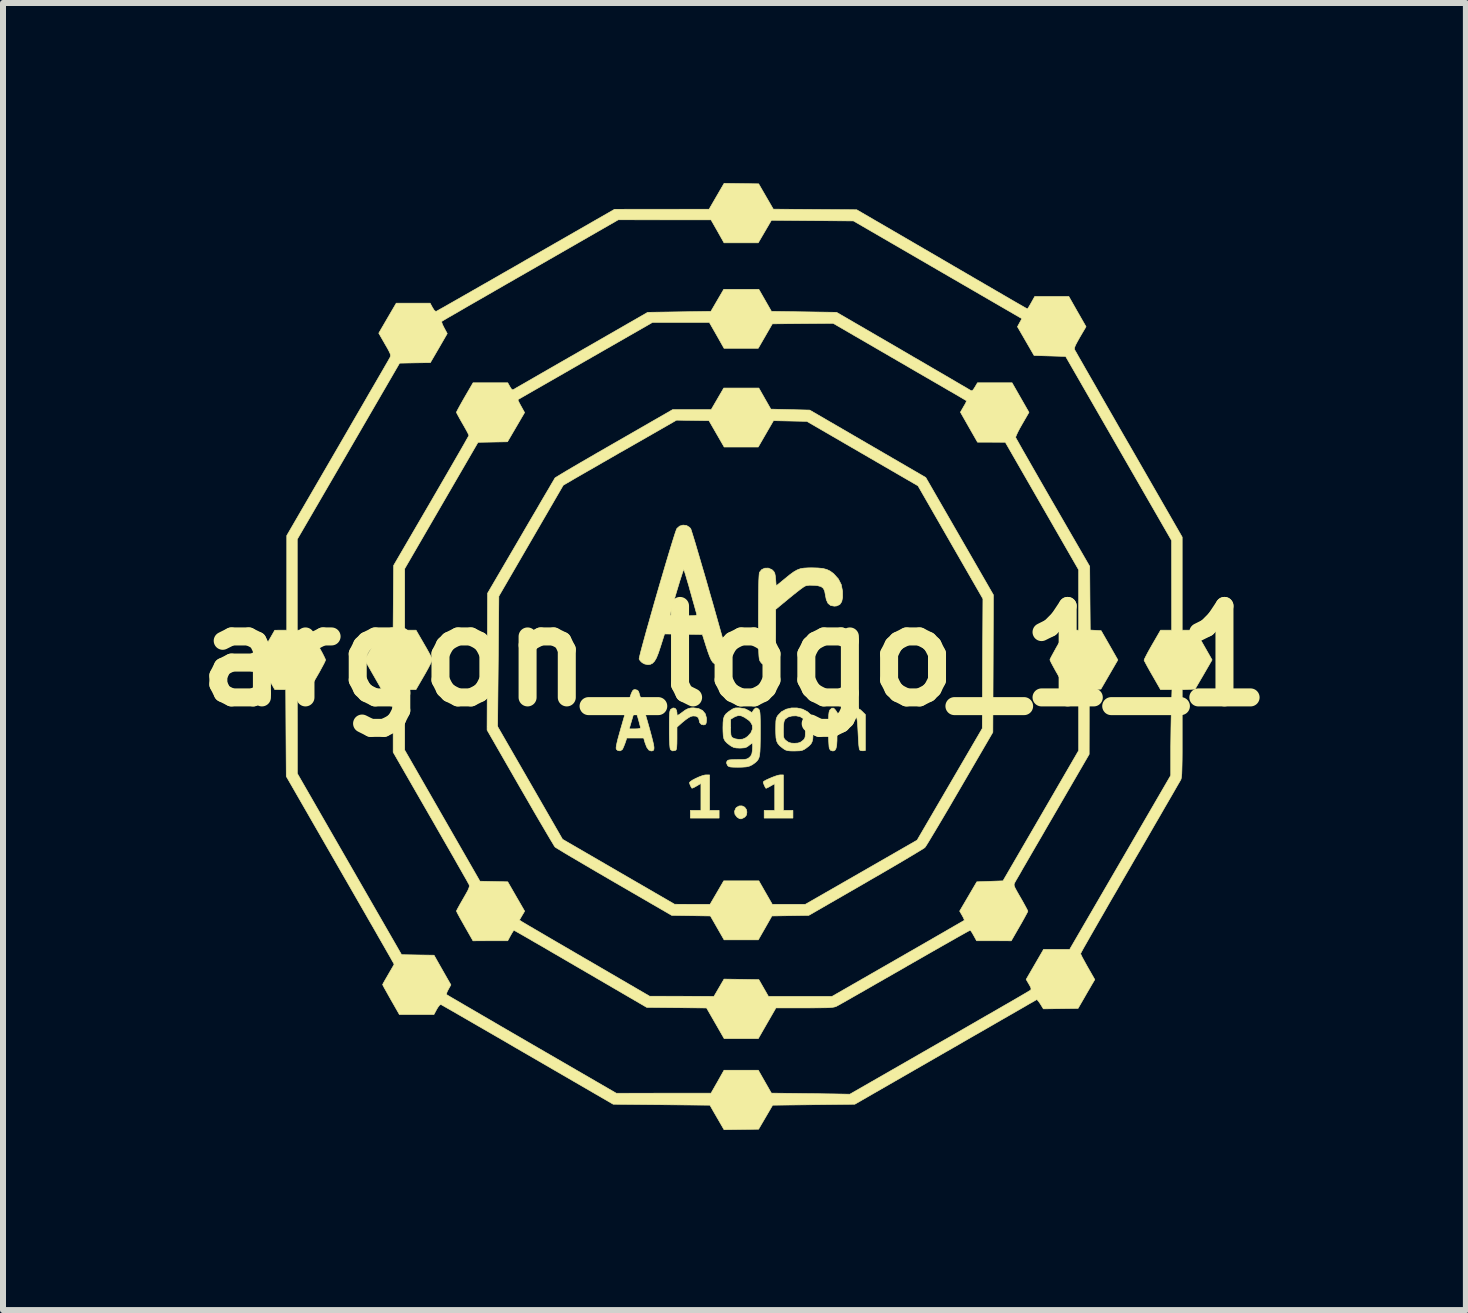
<source format=kicad_pcb>
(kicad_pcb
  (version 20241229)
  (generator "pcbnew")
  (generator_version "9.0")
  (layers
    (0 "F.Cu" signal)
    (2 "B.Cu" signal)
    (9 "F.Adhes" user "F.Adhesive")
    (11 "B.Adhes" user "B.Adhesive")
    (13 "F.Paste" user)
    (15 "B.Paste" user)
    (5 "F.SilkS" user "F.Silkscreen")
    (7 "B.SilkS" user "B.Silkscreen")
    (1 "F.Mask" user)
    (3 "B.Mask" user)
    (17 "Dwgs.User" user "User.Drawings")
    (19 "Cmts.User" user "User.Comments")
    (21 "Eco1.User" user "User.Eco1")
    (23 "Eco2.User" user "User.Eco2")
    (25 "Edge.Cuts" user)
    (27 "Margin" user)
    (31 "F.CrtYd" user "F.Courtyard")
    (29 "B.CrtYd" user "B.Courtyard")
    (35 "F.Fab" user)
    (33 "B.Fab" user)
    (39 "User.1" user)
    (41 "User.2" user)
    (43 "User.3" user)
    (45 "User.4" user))
  (footprint "argon_logo_1_1"
    (layer "F.Cu")
    (at 9.188 7.881)
    (property "Reference" "argon_logo_1_1" (at 0 0 0) (layer "F.SilkS") (effects (font (size 1.524 1.524) (thickness 0.3))))
    (attr through_hole)
    (fp_poly (pts (xy 0.17 2.518) (xy 0.199 2.558) (xy 0.207 2.6) (xy 0.2 2.649) (xy 0.174 2.682) (xy 0.149 2.697) (xy 0.112 2.713) (xy 0.084 2.71) (xy 0.049 2.688) (xy 0.042 2.683) (xy 0.008 2.638) (xy 0.001 2.586) (xy 0.022 2.536) (xy 0.032 2.524) (xy 0.077 2.498) (xy 0.126 2.497) (xy 0.17 2.518)) (stroke (width 0.01) (type solid)) (fill yes) (layer "F.SilkS"))
    (fp_poly (pts (xy -0.415 2.572) (xy -0.256 2.572) (xy -0.256 2.7) (xy -0.735 2.7) (xy -0.735 2.572) (xy -0.559 2.572) (xy -0.559 2.123) (xy -0.632 2.166) (xy -0.673 2.189) (xy -0.702 2.201) (xy -0.709 2.202) (xy -0.725 2.177) (xy -0.741 2.142) (xy -0.75 2.114) (xy -0.751 2.111) (xy -0.737 2.093) (xy -0.701 2.068) (xy -0.65 2.041) (xy -0.593 2.015) (xy -0.538 1.994) (xy -0.492 1.982) (xy -0.476 1.981) (xy -0.415 1.981) (xy -0.415 2.572)) (stroke (width 0.01) (type solid)) (fill yes) (layer "F.SilkS"))
    (fp_poly (pts (xy 0.815 2.572) (xy 0.974 2.572) (xy 0.974 2.7) (xy 0.495 2.7) (xy 0.495 2.572) (xy 0.671 2.572) (xy 0.671 2.127) (xy 0.603 2.165) (xy 0.562 2.188) (xy 0.532 2.202) (xy 0.525 2.204) (xy 0.515 2.191) (xy 0.5 2.161) (xy 0.486 2.127) (xy 0.479 2.101) (xy 0.479 2.099) (xy 0.493 2.085) (xy 0.529 2.065) (xy 0.579 2.042) (xy 0.636 2.018) (xy 0.69 1.998) (xy 0.735 1.985) (xy 0.758 1.981) (xy 0.815 1.981) (xy 0.815 2.572)) (stroke (width 0.01) (type solid)) (fill yes) (layer "F.SilkS"))
    (fp_poly (pts (xy -0.599 0.874) (xy -0.531 0.908) (xy -0.486 0.963) (xy -0.466 1.035) (xy -0.466 1.075) (xy -0.472 1.119) (xy -0.485 1.14) (xy -0.51 1.148) (xy -0.552 1.14) (xy -0.581 1.107) (xy -0.591 1.059) (xy -0.605 1.024) (xy -0.64 1.002) (xy -0.69 0.998) (xy -0.725 1.006) (xy -0.762 1.025) (xy -0.811 1.059) (xy -0.863 1.101) (xy -0.867 1.104) (xy -0.958 1.185) (xy -0.958 1.373) (xy -0.959 1.456) (xy -0.962 1.512) (xy -0.966 1.546) (xy -0.974 1.565) (xy -0.984 1.572) (xy -1.03 1.581) (xy -1.061 1.563) (xy -1.07 1.551) (xy -1.075 1.524) (xy -1.08 1.47) (xy -1.084 1.392) (xy -1.086 1.296) (xy -1.086 1.216) (xy -1.086 1.107) (xy -1.085 1.026) (xy -1.082 0.968) (xy -1.078 0.929) (xy -1.071 0.904) (xy -1.063 0.889) (xy -1.061 0.888) (xy -1.023 0.865) (xy -0.989 0.871) (xy -0.966 0.902) (xy -0.958 0.946) (xy -0.957 0.977) (xy -0.947 0.987) (xy -0.925 0.977) (xy -0.883 0.947) (xy -0.881 0.945) (xy -0.821 0.901) (xy -0.772 0.876) (xy -0.726 0.865) (xy -0.687 0.863) (xy -0.599 0.874)) (stroke (width 0.01) (type solid)) (fill yes) (layer "F.SilkS"))
    (fp_poly (pts (xy 1.654 0.869) (xy 1.686 0.903) (xy 1.688 0.907) (xy 1.708 0.938) (xy 1.719 0.955) (xy 1.719 0.956) (xy 1.733 0.951) (xy 1.765 0.932) (xy 1.792 0.916) (xy 1.837 0.89) (xy 1.88 0.876) (xy 1.935 0.871) (xy 1.969 0.871) (xy 2.028 0.872) (xy 2.066 0.878) (xy 2.095 0.893) (xy 2.125 0.92) (xy 2.128 0.923) (xy 2.181 0.975) (xy 2.181 1.574) (xy 2.143 1.579) (xy 2.106 1.576) (xy 2.087 1.566) (xy 2.079 1.543) (xy 2.072 1.491) (xy 2.066 1.413) (xy 2.061 1.314) (xy 2.06 1.293) (xy 2.055 1.196) (xy 2.05 1.117) (xy 2.043 1.058) (xy 2.036 1.025) (xy 2.034 1.021) (xy 1.993 1.002) (xy 1.935 1.006) (xy 1.864 1.031) (xy 1.808 1.06) (xy 1.709 1.121) (xy 1.709 1.31) (xy 1.708 1.412) (xy 1.703 1.486) (xy 1.693 1.535) (xy 1.678 1.565) (xy 1.656 1.579) (xy 1.637 1.582) (xy 1.6 1.57) (xy 1.581 1.541) (xy 1.576 1.512) (xy 1.572 1.457) (xy 1.568 1.382) (xy 1.566 1.294) (xy 1.566 1.217) (xy 1.566 1.11) (xy 1.568 1.031) (xy 1.571 0.974) (xy 1.576 0.935) (xy 1.584 0.91) (xy 1.59 0.898) (xy 1.622 0.868) (xy 1.654 0.869)) (stroke (width 0.01) (type solid)) (fill yes) (layer "F.SilkS"))
    (fp_poly (pts (xy -1.618 0.569) (xy -1.6 0.587) (xy -1.592 0.609) (xy -1.577 0.658) (xy -1.555 0.729) (xy -1.528 0.819) (xy -1.498 0.923) (xy -1.465 1.038) (xy -1.454 1.075) (xy -1.415 1.213) (xy -1.385 1.324) (xy -1.363 1.41) (xy -1.348 1.474) (xy -1.341 1.52) (xy -1.342 1.551) (xy -1.349 1.569) (xy -1.362 1.578) (xy -1.381 1.581) (xy -1.389 1.582) (xy -1.428 1.566) (xy -1.462 1.519) (xy -1.49 1.446) (xy -1.513 1.366) (xy -1.794 1.366) (xy -1.823 1.452) (xy -1.843 1.503) (xy -1.861 1.544) (xy -1.871 1.56) (xy -1.905 1.58) (xy -1.944 1.574) (xy -1.966 1.556) (xy -1.971 1.545) (xy -1.972 1.525) (xy -1.968 1.493) (xy -1.958 1.446) (xy -1.942 1.38) (xy -1.918 1.293) (xy -1.896 1.214) (xy -1.754 1.214) (xy -1.66 1.214) (xy -1.609 1.212) (xy -1.575 1.205) (xy -1.566 1.198) (xy -1.569 1.177) (xy -1.58 1.135) (xy -1.594 1.081) (xy -1.611 1.021) (xy -1.628 0.964) (xy -1.642 0.917) (xy -1.652 0.888) (xy -1.655 0.883) (xy -1.66 0.899) (xy -1.673 0.939) (xy -1.69 0.997) (xy -1.706 1.05) (xy -1.754 1.214) (xy -1.896 1.214) (xy -1.886 1.18) (xy -1.862 1.097) (xy -1.821 0.954) (xy -1.788 0.839) (xy -1.761 0.749) (xy -1.739 0.681) (xy -1.722 0.631) (xy -1.707 0.597) (xy -1.695 0.576) (xy -1.683 0.565) (xy -1.671 0.56) (xy -1.657 0.559) (xy -1.655 0.559) (xy -1.618 0.569)) (stroke (width 0.01) (type solid)) (fill yes) (layer "F.SilkS"))
    (fp_poly (pts (xy 1.134 0.885) (xy 1.215 0.927) (xy 1.27 0.977) (xy 1.287 0.999) (xy 1.298 1.021) (xy 1.305 1.051) (xy 1.308 1.095) (xy 1.31 1.159) (xy 1.31 1.22) (xy 1.309 1.311) (xy 1.305 1.378) (xy 1.294 1.426) (xy 1.275 1.463) (xy 1.245 1.495) (xy 1.202 1.529) (xy 1.194 1.535) (xy 1.159 1.558) (xy 1.126 1.572) (xy 1.086 1.579) (xy 1.029 1.581) (xy 0.997 1.582) (xy 0.931 1.581) (xy 0.886 1.576) (xy 0.852 1.566) (xy 0.82 1.547) (xy 0.796 1.529) (xy 0.752 1.493) (xy 0.722 1.457) (xy 0.703 1.417) (xy 0.692 1.363) (xy 0.688 1.289) (xy 0.687 1.232) (xy 0.815 1.232) (xy 0.815 1.299) (xy 0.818 1.343) (xy 0.826 1.371) (xy 0.841 1.392) (xy 0.864 1.412) (xy 0.903 1.439) (xy 0.947 1.451) (xy 0.998 1.454) (xy 1.058 1.45) (xy 1.1 1.436) (xy 1.133 1.412) (xy 1.156 1.392) (xy 1.17 1.372) (xy 1.178 1.344) (xy 1.181 1.302) (xy 1.182 1.237) (xy 1.182 1.223) (xy 1.181 1.152) (xy 1.178 1.105) (xy 1.171 1.075) (xy 1.158 1.054) (xy 1.146 1.042) (xy 1.093 1.01) (xy 1.026 0.996) (xy 0.956 0.999) (xy 0.892 1.017) (xy 0.844 1.052) (xy 0.839 1.059) (xy 0.825 1.094) (xy 0.817 1.151) (xy 0.815 1.232) (xy 0.687 1.232) (xy 0.687 1.22) (xy 0.688 1.14) (xy 0.69 1.085) (xy 0.696 1.046) (xy 0.707 1.017) (xy 0.723 0.99) (xy 0.783 0.928) (xy 0.861 0.886) (xy 0.95 0.865) (xy 1.043 0.865) (xy 1.134 0.885)) (stroke (width 0.01) (type solid)) (fill yes) (layer "F.SilkS"))
    (fp_poly (pts (xy 1.392 -1.467) (xy 1.474 -1.459) (xy 1.538 -1.442) (xy 1.593 -1.416) (xy 1.645 -1.378) (xy 1.655 -1.369) (xy 1.731 -1.285) (xy 1.779 -1.191) (xy 1.801 -1.08) (xy 1.801 -1.076) (xy 1.802 -0.978) (xy 1.787 -0.906) (xy 1.755 -0.859) (xy 1.704 -0.835) (xy 1.664 -0.831) (xy 1.603 -0.842) (xy 1.559 -0.877) (xy 1.53 -0.939) (xy 1.516 -1.009) (xy 1.503 -1.081) (xy 1.481 -1.128) (xy 1.443 -1.157) (xy 1.383 -1.173) (xy 1.329 -1.178) (xy 1.249 -1.18) (xy 1.193 -1.172) (xy 1.172 -1.163) (xy 1.145 -1.146) (xy 1.098 -1.112) (xy 1.037 -1.065) (xy 0.967 -1.009) (xy 0.906 -0.959) (xy 0.687 -0.778) (xy 0.687 -0.383) (xy 0.686 -0.244) (xy 0.685 -0.133) (xy 0.681 -0.048) (xy 0.675 0.017) (xy 0.666 0.063) (xy 0.655 0.095) (xy 0.64 0.116) (xy 0.622 0.128) (xy 0.583 0.139) (xy 0.53 0.142) (xy 0.481 0.137) (xy 0.467 0.133) (xy 0.446 0.114) (xy 0.423 0.08) (xy 0.423 0.079) (xy 0.417 0.064) (xy 0.412 0.039) (xy 0.408 0.004) (xy 0.405 -0.046) (xy 0.403 -0.112) (xy 0.401 -0.198) (xy 0.4 -0.307) (xy 0.4 -0.442) (xy 0.399 -0.604) (xy 0.399 -0.661) (xy 0.4 -0.856) (xy 0.401 -1.02) (xy 0.403 -1.154) (xy 0.405 -1.257) (xy 0.409 -1.332) (xy 0.413 -1.378) (xy 0.417 -1.395) (xy 0.453 -1.44) (xy 0.505 -1.464) (xy 0.564 -1.465) (xy 0.621 -1.441) (xy 0.633 -1.432) (xy 0.657 -1.407) (xy 0.672 -1.378) (xy 0.681 -1.333) (xy 0.686 -1.282) (xy 0.695 -1.169) (xy 0.839 -1.287) (xy 0.921 -1.354) (xy 0.987 -1.402) (xy 1.043 -1.434) (xy 1.098 -1.455) (xy 1.157 -1.465) (xy 1.229 -1.469) (xy 1.285 -1.47) (xy 1.392 -1.467)) (stroke (width 0.01) (type solid)) (fill yes) (layer "F.SilkS"))
    (fp_poly (pts (xy 0.093 0.865) (xy 0.178 0.88) (xy 0.238 0.909) (xy 0.271 0.931) (xy 0.29 0.941) (xy 0.292 0.94) (xy 0.326 0.888) (xy 0.355 0.865) (xy 0.385 0.87) (xy 0.405 0.887) (xy 0.414 0.899) (xy 0.42 0.919) (xy 0.425 0.95) (xy 0.428 0.997) (xy 0.43 1.063) (xy 0.431 1.153) (xy 0.431 1.271) (xy 0.431 1.283) (xy 0.43 1.411) (xy 0.428 1.511) (xy 0.425 1.588) (xy 0.419 1.646) (xy 0.41 1.688) (xy 0.396 1.72) (xy 0.378 1.746) (xy 0.354 1.769) (xy 0.342 1.779) (xy 0.296 1.812) (xy 0.25 1.834) (xy 0.195 1.847) (xy 0.122 1.852) (xy 0.056 1.853) (xy -0.015 1.852) (xy -0.062 1.849) (xy -0.09 1.843) (xy -0.108 1.831) (xy -0.118 1.819) (xy -0.133 1.781) (xy -0.126 1.755) (xy -0.115 1.741) (xy -0.095 1.732) (xy -0.06 1.728) (xy -0.003 1.726) (xy 0.048 1.725) (xy 0.122 1.725) (xy 0.172 1.722) (xy 0.206 1.715) (xy 0.23 1.703) (xy 0.25 1.688) (xy 0.275 1.66) (xy 0.29 1.627) (xy 0.298 1.577) (xy 0.3 1.552) (xy 0.302 1.501) (xy 0.3 1.465) (xy 0.296 1.454) (xy 0.277 1.463) (xy 0.246 1.486) (xy 0.237 1.494) (xy 0.203 1.517) (xy 0.166 1.529) (xy 0.113 1.533) (xy 0.089 1.534) (xy 0.027 1.531) (xy -0.017 1.521) (xy -0.057 1.5) (xy -0.076 1.487) (xy -0.124 1.45) (xy -0.157 1.415) (xy -0.177 1.377) (xy -0.187 1.326) (xy -0.191 1.256) (xy -0.192 1.197) (xy -0.19 1.11) (xy -0.185 1.054) (xy -0.064 1.054) (xy -0.064 1.196) (xy -0.063 1.265) (xy -0.06 1.309) (xy -0.053 1.337) (xy -0.04 1.354) (xy -0.028 1.363) (xy 0.01 1.379) (xy 0.063 1.388) (xy 0.082 1.389) (xy 0.136 1.385) (xy 0.18 1.367) (xy 0.221 1.338) (xy 0.274 1.279) (xy 0.3 1.216) (xy 0.297 1.153) (xy 0.265 1.096) (xy 0.236 1.069) (xy 0.166 1.021) (xy 0.111 0.996) (xy 0.063 0.992) (xy 0.014 1.008) (xy -0.012 1.022) (xy -0.064 1.054) (xy -0.185 1.054) (xy -0.184 1.048) (xy -0.169 1.002) (xy -0.143 0.965) (xy -0.102 0.93) (xy -0.065 0.904) (xy -0.023 0.878) (xy 0.014 0.865) (xy 0.062 0.864) (xy 0.093 0.865)) (stroke (width 0.01) (type solid)) (fill yes) (layer "F.SilkS"))
    (fp_poly (pts (xy -0.798 -2.175) (xy -0.748 -2.144) (xy -0.729 -2.121) (xy -0.721 -2.1) (xy -0.706 -2.052) (xy -0.683 -1.978) (xy -0.654 -1.884) (xy -0.621 -1.771) (xy -0.583 -1.642) (xy -0.542 -1.501) (xy -0.498 -1.352) (xy -0.453 -1.196) (xy -0.408 -1.037) (xy -0.362 -0.879) (xy -0.318 -0.723) (xy -0.276 -0.574) (xy -0.237 -0.435) (xy -0.201 -0.308) (xy -0.17 -0.196) (xy -0.145 -0.104) (xy -0.126 -0.033) (xy -0.115 0.013) (xy -0.112 0.03) (xy -0.126 0.066) (xy -0.161 0.102) (xy -0.207 0.13) (xy -0.255 0.144) (xy -0.261 0.144) (xy -0.301 0.141) (xy -0.333 0.129) (xy -0.361 0.105) (xy -0.388 0.065) (xy -0.415 0.005) (xy -0.445 -0.078) (xy -0.481 -0.188) (xy -0.482 -0.192) (xy -0.535 -0.359) (xy -0.85 -0.364) (xy -1.165 -0.368) (xy -1.232 -0.157) (xy -1.268 -0.049) (xy -1.3 0.031) (xy -1.332 0.086) (xy -1.366 0.121) (xy -1.403 0.139) (xy -1.442 0.144) (xy -1.496 0.133) (xy -1.538 0.111) (xy -1.57 0.08) (xy -1.589 0.05) (xy -1.586 0.03) (xy -1.575 -0.018) (xy -1.557 -0.09) (xy -1.532 -0.184) (xy -1.501 -0.297) (xy -1.466 -0.425) (xy -1.426 -0.565) (xy -1.393 -0.683) (xy -1.071 -0.683) (xy -1.071 -0.683) (xy -1.056 -0.679) (xy -1.014 -0.675) (xy -0.952 -0.672) (xy -0.875 -0.671) (xy -0.846 -0.671) (xy -0.757 -0.671) (xy -0.695 -0.673) (xy -0.656 -0.675) (xy -0.636 -0.68) (xy -0.628 -0.688) (xy -0.629 -0.699) (xy -0.636 -0.722) (xy -0.65 -0.771) (xy -0.669 -0.841) (xy -0.694 -0.928) (xy -0.721 -1.026) (xy -0.736 -1.078) (xy -0.764 -1.18) (xy -0.791 -1.27) (xy -0.813 -1.346) (xy -0.831 -1.403) (xy -0.842 -1.436) (xy -0.845 -1.442) (xy -0.851 -1.43) (xy -0.865 -1.392) (xy -0.884 -1.333) (xy -0.908 -1.259) (xy -0.934 -1.173) (xy -0.962 -1.081) (xy -0.989 -0.989) (xy -1.015 -0.9) (xy -1.037 -0.82) (xy -1.055 -0.754) (xy -1.067 -0.707) (xy -1.071 -0.683) (xy -1.393 -0.683) (xy -1.384 -0.714) (xy -1.34 -0.87) (xy -1.294 -1.029) (xy -1.248 -1.188) (xy -1.202 -1.344) (xy -1.158 -1.494) (xy -1.116 -1.635) (xy -1.077 -1.765) (xy -1.042 -1.879) (xy -1.012 -1.975) (xy -0.988 -2.05) (xy -0.97 -2.101) (xy -0.96 -2.124) (xy -0.96 -2.125) (xy -0.914 -2.165) (xy -0.857 -2.182) (xy -0.798 -2.175)) (stroke (width 0.01) (type solid)) (fill yes) (layer "F.SilkS"))
    (fp_poly (pts (xy 0.506 -4.289) (xy 0.606 -4.114) (xy 0.93 -4.106) (xy 1.254 -4.098) (xy 2.221 -3.536) (xy 3.187 -2.975) (xy 4.314 -1.019) (xy 4.31 0.126) (xy 4.305 1.27) (xy 3.756 2.213) (xy 3.663 2.372) (xy 3.574 2.525) (xy 3.49 2.667) (xy 3.413 2.797) (xy 3.344 2.913) (xy 3.285 3.011) (xy 3.237 3.091) (xy 3.201 3.149) (xy 3.179 3.182) (xy 3.173 3.19) (xy 3.154 3.204) (xy 3.109 3.232) (xy 3.041 3.273) (xy 2.953 3.326) (xy 2.846 3.39) (xy 2.724 3.462) (xy 2.587 3.542) (xy 2.44 3.628) (xy 2.283 3.718) (xy 2.189 3.773) (xy 1.238 4.321) (xy 0.931 4.326) (xy 0.624 4.331) (xy 0.511 4.53) (xy 0.397 4.729) (xy -0.173 4.729) (xy -0.287 4.53) (xy -0.401 4.331) (xy -0.724 4.326) (xy -1.046 4.321) (xy -2.005 3.765) (xy -2.166 3.671) (xy -2.319 3.582) (xy -2.462 3.498) (xy -2.593 3.421) (xy -2.709 3.353) (xy -2.809 3.294) (xy -2.889 3.245) (xy -2.947 3.21) (xy -2.982 3.188) (xy -2.99 3.182) (xy -3.003 3.164) (xy -3.029 3.12) (xy -3.069 3.054) (xy -3.121 2.966) (xy -3.183 2.86) (xy -3.255 2.738) (xy -3.334 2.603) (xy -3.419 2.455) (xy -3.509 2.299) (xy -3.57 2.194) (xy -4.122 1.233) (xy -4.122 1.174) (xy -3.947 1.174) (xy -3.406 2.113) (xy -2.865 3.053) (xy -1.931 3.595) (xy -0.998 4.136) (xy -0.703 4.137) (xy -0.407 4.137) (xy -0.293 3.942) (xy -0.179 3.746) (xy 0.406 3.746) (xy 0.518 3.942) (xy 0.63 4.137) (xy 1.181 4.137) (xy 2.112 3.603) (xy 3.043 3.068) (xy 4.129 1.206) (xy 4.134 0.127) (xy 4.14 -0.953) (xy 3.599 -1.894) (xy 3.058 -2.836) (xy 2.132 -3.373) (xy 1.206 -3.91) (xy 0.65 -3.922) (xy 0.396 -3.483) (xy -0.172 -3.483) (xy -0.425 -3.922) (xy -0.696 -3.926) (xy -0.966 -3.93) (xy -1.765 -3.472) (xy -1.917 -3.386) (xy -2.064 -3.301) (xy -2.204 -3.221) (xy -2.333 -3.146) (xy -2.449 -3.08) (xy -2.548 -3.023) (xy -2.628 -2.977) (xy -2.685 -2.944) (xy -2.708 -2.93) (xy -2.853 -2.846) (xy -3.926 -0.997) (xy -3.936 0.088) (xy -3.947 1.174) (xy -4.122 1.174) (xy -4.118 0.093) (xy -4.114 -1.046) (xy -3.558 -1.997) (xy -3.465 -2.157) (xy -3.376 -2.309) (xy -3.293 -2.45) (xy -3.218 -2.58) (xy -3.151 -2.694) (xy -3.093 -2.792) (xy -3.048 -2.87) (xy -3.014 -2.927) (xy -2.995 -2.96) (xy -2.991 -2.967) (xy -2.975 -2.978) (xy -2.934 -3.003) (xy -2.87 -3.042) (xy -2.785 -3.093) (xy -2.681 -3.154) (xy -2.56 -3.225) (xy -2.425 -3.303) (xy -2.279 -3.388) (xy -2.122 -3.478) (xy -2.004 -3.546) (xy -1.03 -4.106) (xy -0.388 -4.106) (xy -0.179 -4.465) (xy 0.406 -4.465) (xy 0.506 -4.289)) (stroke (width 0.01) (type solid)) (fill yes) (layer "F.SilkS"))
    (fp_poly (pts (xy 0.511 -5.927) (xy 0.616 -5.743) (xy 1.159 -5.735) (xy 1.701 -5.727) (xy 2.796 -5.091) (xy 2.968 -4.99) (xy 3.133 -4.895) (xy 3.288 -4.804) (xy 3.431 -4.721) (xy 3.561 -4.645) (xy 3.674 -4.579) (xy 3.769 -4.523) (xy 3.844 -4.48) (xy 3.896 -4.449) (xy 3.923 -4.433) (xy 3.926 -4.431) (xy 3.948 -4.42) (xy 3.965 -4.423) (xy 3.984 -4.446) (xy 4.006 -4.48) (xy 4.049 -4.553) (xy 4.337 -4.553) (xy 4.625 -4.553) (xy 4.907 -4.06) (xy 4.793 -3.863) (xy 4.752 -3.791) (xy 4.719 -3.727) (xy 4.696 -3.677) (xy 4.685 -3.647) (xy 4.685 -3.643) (xy 4.694 -3.625) (xy 4.718 -3.582) (xy 4.755 -3.516) (xy 4.804 -3.429) (xy 4.865 -3.323) (xy 4.935 -3.2) (xy 5.014 -3.062) (xy 5.1 -2.912) (xy 5.192 -2.752) (xy 5.289 -2.583) (xy 5.305 -2.556) (xy 5.919 -1.494) (xy 5.923 -0.963) (xy 5.928 -0.433) (xy 6.019 -0.428) (xy 6.109 -0.423) (xy 6.249 -0.179) (xy 6.388 0.065) (xy 6.247 0.308) (xy 6.106 0.551) (xy 6.008 0.556) (xy 5.911 0.561) (xy 5.911 1.099) (xy 5.91 1.637) (xy 5.302 2.684) (xy 5.204 2.852) (xy 5.111 3.014) (xy 5.022 3.166) (xy 4.941 3.306) (xy 4.868 3.432) (xy 4.804 3.542) (xy 4.752 3.634) (xy 4.711 3.704) (xy 4.683 3.752) (xy 4.671 3.775) (xy 4.67 3.775) (xy 4.662 3.794) (xy 4.659 3.812) (xy 4.663 3.835) (xy 4.677 3.867) (xy 4.703 3.915) (xy 4.741 3.982) (xy 4.768 4.028) (xy 4.81 4.102) (xy 4.845 4.166) (xy 4.872 4.216) (xy 4.886 4.245) (xy 4.888 4.251) (xy 4.881 4.269) (xy 4.859 4.31) (xy 4.827 4.369) (xy 4.787 4.441) (xy 4.75 4.505) (xy 4.612 4.745) (xy 4.323 4.744) (xy 4.034 4.744) (xy 3.986 4.657) (xy 3.96 4.611) (xy 3.938 4.579) (xy 3.927 4.569) (xy 3.911 4.577) (xy 3.87 4.599) (xy 3.806 4.635) (xy 3.72 4.683) (xy 3.615 4.743) (xy 3.493 4.812) (xy 3.356 4.89) (xy 3.207 4.975) (xy 3.047 5.067) (xy 2.878 5.163) (xy 2.84 5.186) (xy 2.668 5.284) (xy 2.504 5.378) (xy 2.348 5.467) (xy 2.204 5.55) (xy 2.074 5.624) (xy 1.96 5.689) (xy 1.864 5.744) (xy 1.788 5.787) (xy 1.736 5.816) (xy 1.708 5.831) (xy 1.706 5.833) (xy 1.687 5.841) (xy 1.664 5.848) (xy 1.635 5.853) (xy 1.595 5.857) (xy 1.541 5.86) (xy 1.468 5.861) (xy 1.373 5.862) (xy 1.252 5.863) (xy 1.169 5.863) (xy 0.691 5.863) (xy 0.544 6.118) (xy 0.397 6.374) (xy -0.172 6.374) (xy -0.465 5.864) (xy -0.963 5.859) (xy -1.462 5.854) (xy -2.564 5.212) (xy -2.736 5.112) (xy -2.9 5.016) (xy -3.054 4.927) (xy -3.195 4.844) (xy -3.323 4.771) (xy -3.434 4.706) (xy -3.526 4.653) (xy -3.598 4.612) (xy -3.648 4.584) (xy -3.672 4.57) (xy -3.675 4.569) (xy -3.686 4.582) (xy -3.707 4.615) (xy -3.731 4.657) (xy -3.778 4.744) (xy -4.068 4.744) (xy -4.357 4.745) (xy -4.495 4.503) (xy -4.54 4.423) (xy -4.579 4.354) (xy -4.609 4.298) (xy -4.627 4.262) (xy -4.633 4.249) (xy -4.625 4.232) (xy -4.604 4.192) (xy -4.573 4.136) (xy -4.534 4.068) (xy -4.519 4.042) (xy -4.474 3.963) (xy -4.443 3.907) (xy -4.426 3.867) (xy -4.418 3.84) (xy -4.419 3.82) (xy -4.423 3.807) (xy -4.434 3.788) (xy -4.459 3.742) (xy -4.498 3.674) (xy -4.549 3.584) (xy -4.611 3.476) (xy -4.682 3.35) (xy -4.762 3.211) (xy -4.85 3.058) (xy -4.943 2.896) (xy -5.04 2.726) (xy -5.064 2.685) (xy -5.687 1.602) (xy -5.687 0.561) (xy -5.785 0.556) (xy -5.883 0.551) (xy -6.023 0.306) (xy -6.163 0.061) (xy -5.883 -0.423) (xy -5.785 -0.428) (xy -5.688 -0.433) (xy -5.684 -0.971) (xy -5.68 -1.455) (xy -5.495 -1.455) (xy -5.495 -0.431) (xy -5.306 -0.431) (xy -5.175 -0.205) (xy -5.13 -0.127) (xy -5.091 -0.057) (xy -5.06 0.000071) (xy -5.041 0.038) (xy -5.036 0.05) (xy -5.041 0.075) (xy -5.062 0.123) (xy -5.096 0.19) (xy -5.142 0.274) (xy -5.168 0.319) (xy -5.307 0.559) (xy -5.495 0.559) (xy -5.495 1.567) (xy -4.241 3.752) (xy -4.01 3.757) (xy -3.778 3.762) (xy -3.637 4.007) (xy -3.496 4.251) (xy -3.54 4.325) (xy -3.583 4.399) (xy -3.546 4.424) (xy -3.526 4.436) (xy -3.481 4.463) (xy -3.413 4.503) (xy -3.324 4.555) (xy -3.216 4.618) (xy -3.092 4.691) (xy -2.953 4.772) (xy -2.803 4.859) (xy -2.642 4.953) (xy -2.474 5.051) (xy -2.461 5.058) (xy -1.414 5.668) (xy -0.878 5.669) (xy -0.342 5.671) (xy -0.258 5.527) (xy -0.174 5.383) (xy 0.116 5.387) (xy 0.406 5.392) (xy 0.566 5.671) (xy 1.626 5.671) (xy 2.724 5.041) (xy 2.896 4.942) (xy 3.06 4.848) (xy 3.213 4.76) (xy 3.355 4.678) (xy 3.482 4.605) (xy 3.592 4.541) (xy 3.684 4.488) (xy 3.755 4.447) (xy 3.804 4.419) (xy 3.827 4.405) (xy 3.829 4.403) (xy 3.826 4.386) (xy 3.81 4.352) (xy 3.794 4.323) (xy 3.752 4.25) (xy 4.038 3.762) (xy 4.474 3.746) (xy 5.105 2.66) (xy 5.735 1.574) (xy 5.735 0.559) (xy 5.53 0.559) (xy 5.393 0.32) (xy 5.348 0.241) (xy 5.309 0.17) (xy 5.279 0.114) (xy 5.261 0.076) (xy 5.256 0.063) (xy 5.263 0.043) (xy 5.285 0.001) (xy 5.317 -0.058) (xy 5.357 -0.131) (xy 5.393 -0.194) (xy 5.53 -0.431) (xy 5.735 -0.431) (xy 5.735 -1.436) (xy 5.124 -2.499) (xy 4.513 -3.562) (xy 4.281 -3.563) (xy 4.05 -3.563) (xy 3.907 -3.813) (xy 3.765 -4.063) (xy 3.793 -4.112) (xy 3.821 -4.161) (xy 3.847 -4.205) (xy 3.862 -4.237) (xy 3.865 -4.254) (xy 3.865 -4.255) (xy 3.85 -4.263) (xy 3.81 -4.287) (xy 3.747 -4.324) (xy 3.662 -4.374) (xy 3.557 -4.434) (xy 3.436 -4.505) (xy 3.299 -4.584) (xy 3.149 -4.671) (xy 2.988 -4.764) (xy 2.819 -4.863) (xy 2.751 -4.902) (xy 1.644 -5.544) (xy 1.137 -5.54) (xy 0.631 -5.535) (xy 0.514 -5.332) (xy 0.396 -5.128) (xy -0.174 -5.128) (xy -0.296 -5.344) (xy -0.419 -5.559) (xy -1.366 -5.559) (xy -2.484 -4.918) (xy -2.658 -4.818) (xy -2.823 -4.723) (xy -2.978 -4.634) (xy -3.121 -4.552) (xy -3.25 -4.478) (xy -3.362 -4.414) (xy -3.456 -4.36) (xy -3.529 -4.318) (xy -3.579 -4.289) (xy -3.605 -4.274) (xy -3.608 -4.272) (xy -3.604 -4.257) (xy -3.587 -4.221) (xy -3.561 -4.172) (xy -3.555 -4.162) (xy -3.497 -4.057) (xy -3.639 -3.814) (xy -3.782 -3.57) (xy -4.273 -3.561) (xy -4.884 -2.508) (xy -5.495 -1.455) (xy -5.68 -1.455) (xy -5.679 -1.51) (xy -5.052 -2.586) (xy -4.953 -2.757) (xy -4.859 -2.919) (xy -4.771 -3.071) (xy -4.69 -3.211) (xy -4.618 -3.336) (xy -4.555 -3.445) (xy -4.503 -3.536) (xy -4.464 -3.606) (xy -4.437 -3.653) (xy -4.426 -3.675) (xy -4.425 -3.677) (xy -4.433 -3.695) (xy -4.453 -3.735) (xy -4.484 -3.791) (xy -4.522 -3.858) (xy -4.529 -3.87) (xy -4.568 -3.938) (xy -4.6 -3.996) (xy -4.623 -4.039) (xy -4.633 -4.06) (xy -4.633 -4.062) (xy -4.625 -4.079) (xy -4.604 -4.119) (xy -4.572 -4.178) (xy -4.532 -4.249) (xy -4.495 -4.314) (xy -4.356 -4.553) (xy -4.067 -4.553) (xy -3.778 -4.553) (xy -3.742 -4.489) (xy -3.718 -4.451) (xy -3.701 -4.436) (xy -3.682 -4.44) (xy -3.67 -4.447) (xy -3.651 -4.459) (xy -3.606 -4.485) (xy -3.538 -4.524) (xy -3.449 -4.575) (xy -3.34 -4.638) (xy -3.215 -4.71) (xy -3.076 -4.79) (xy -2.923 -4.878) (xy -2.761 -4.971) (xy -2.59 -5.069) (xy -2.54 -5.098) (xy -1.446 -5.727) (xy -0.92 -5.735) (xy -0.393 -5.743) (xy -0.286 -5.927) (xy -0.179 -6.11) (xy 0.406 -6.11) (xy 0.511 -5.927)) (stroke (width 0.01) (type solid)) (fill yes) (layer "F.SilkS"))
    (fp_poly (pts (xy 0.115 -7.872) (xy 0.403 -7.868) (xy 0.525 -7.657) (xy 0.647 -7.446) (xy 2.037 -7.436) (xy 3.457 -6.61) (xy 3.652 -6.496) (xy 3.84 -6.387) (xy 4.018 -6.283) (xy 4.185 -6.186) (xy 4.338 -6.097) (xy 4.476 -6.017) (xy 4.596 -5.947) (xy 4.698 -5.888) (xy 4.78 -5.841) (xy 4.839 -5.807) (xy 4.873 -5.788) (xy 4.882 -5.783) (xy 4.891 -5.796) (xy 4.912 -5.83) (xy 4.94 -5.878) (xy 4.945 -5.887) (xy 5.003 -5.991) (xy 5.571 -5.991) (xy 5.714 -5.739) (xy 5.858 -5.488) (xy 5.755 -5.313) (xy 5.712 -5.236) (xy 5.683 -5.181) (xy 5.668 -5.143) (xy 5.665 -5.117) (xy 5.668 -5.104) (xy 5.678 -5.086) (xy 5.703 -5.043) (xy 5.741 -4.975) (xy 5.793 -4.885) (xy 5.856 -4.774) (xy 5.93 -4.645) (xy 6.014 -4.499) (xy 6.106 -4.337) (xy 6.206 -4.163) (xy 6.313 -3.977) (xy 6.425 -3.781) (xy 6.542 -3.578) (xy 6.572 -3.527) (xy 7.46 -1.982) (xy 7.46 -0.431) (xy 7.568 -0.431) (xy 7.676 -0.43) (xy 7.817 -0.183) (xy 7.958 0.064) (xy 7.817 0.308) (xy 7.675 0.551) (xy 7.568 0.556) (xy 7.46 0.561) (xy 7.46 1.287) (xy 7.46 1.464) (xy 7.46 1.611) (xy 7.459 1.731) (xy 7.457 1.828) (xy 7.455 1.904) (xy 7.453 1.961) (xy 7.449 2.003) (xy 7.445 2.033) (xy 7.44 2.053) (xy 7.437 2.06) (xy 7.426 2.08) (xy 7.399 2.126) (xy 7.359 2.195) (xy 7.307 2.286) (xy 7.242 2.398) (xy 7.167 2.527) (xy 7.083 2.673) (xy 6.99 2.833) (xy 6.891 3.005) (xy 6.785 3.188) (xy 6.673 3.379) (xy 6.59 3.523) (xy 6.476 3.719) (xy 6.368 3.907) (xy 6.264 4.085) (xy 6.168 4.253) (xy 6.079 4.407) (xy 6 4.545) (xy 5.93 4.667) (xy 5.871 4.771) (xy 5.824 4.853) (xy 5.791 4.913) (xy 5.772 4.949) (xy 5.767 4.958) (xy 5.775 4.978) (xy 5.795 5.02) (xy 5.827 5.078) (xy 5.866 5.149) (xy 5.885 5.183) (xy 6.004 5.391) (xy 5.966 5.455) (xy 5.943 5.494) (xy 5.909 5.553) (xy 5.868 5.623) (xy 5.827 5.695) (xy 5.725 5.871) (xy 5.147 5.879) (xy 5.097 5.798) (xy 5.069 5.757) (xy 5.046 5.73) (xy 5.036 5.724) (xy 5.021 5.733) (xy 4.98 5.757) (xy 4.914 5.794) (xy 4.827 5.845) (xy 4.719 5.907) (xy 4.592 5.98) (xy 4.449 6.062) (xy 4.29 6.154) (xy 4.118 6.253) (xy 3.934 6.358) (xy 3.741 6.47) (xy 3.539 6.586) (xy 3.514 6.6) (xy 2.005 7.468) (xy 1.32 7.476) (xy 0.636 7.484) (xy 0.519 7.684) (xy 0.402 7.884) (xy 0.114 7.888) (xy -0.174 7.892) (xy -0.241 7.776) (xy -0.281 7.707) (xy -0.322 7.636) (xy -0.357 7.576) (xy -0.359 7.572) (xy -0.409 7.484) (xy -1.215 7.476) (xy -2.021 7.468) (xy -3.445 6.642) (xy -3.642 6.528) (xy -3.83 6.418) (xy -4.01 6.314) (xy -4.178 6.217) (xy -4.332 6.128) (xy -4.472 6.047) (xy -4.595 5.976) (xy -4.699 5.916) (xy -4.783 5.868) (xy -4.844 5.833) (xy -4.881 5.812) (xy -4.891 5.807) (xy -4.912 5.815) (xy -4.941 5.853) (xy -4.961 5.886) (xy -5.008 5.974) (xy -5.583 5.974) (xy -5.723 5.729) (xy -5.768 5.649) (xy -5.807 5.579) (xy -5.838 5.524) (xy -5.857 5.487) (xy -5.863 5.475) (xy -5.855 5.458) (xy -5.834 5.42) (xy -5.803 5.366) (xy -5.767 5.304) (xy -5.73 5.24) (xy -5.699 5.187) (xy -5.678 5.15) (xy -5.671 5.135) (xy -5.679 5.12) (xy -5.702 5.08) (xy -5.738 5.015) (xy -5.788 4.928) (xy -5.849 4.821) (xy -5.922 4.694) (xy -6.004 4.55) (xy -6.096 4.391) (xy -6.195 4.218) (xy -6.301 4.034) (xy -6.413 3.839) (xy -6.53 3.636) (xy -6.57 3.566) (xy -7.468 2.005) (xy -7.473 1.282) (xy -7.477 0.559) (xy -7.569 0.559) (xy -7.66 0.558) (xy -7.801 0.311) (xy -7.942 0.063) (xy -7.801 -0.184) (xy -7.66 -0.43) (xy -7.56 -0.431) (xy -7.46 -0.431) (xy -7.46 -1.945) (xy -7.285 -1.945) (xy -7.285 -0.431) (xy -7.084 -0.431) (xy -6.949 -0.196) (xy -6.904 -0.117) (xy -6.865 -0.046) (xy -6.836 0.012) (xy -6.818 0.051) (xy -6.813 0.065) (xy -6.821 0.086) (xy -6.842 0.13) (xy -6.875 0.191) (xy -6.915 0.265) (xy -6.949 0.324) (xy -7.085 0.559) (xy -7.185 0.559) (xy -7.285 0.559) (xy -7.284 1.258) (xy -7.284 1.957) (xy -5.547 4.976) (xy -5.276 4.981) (xy -5.006 4.985) (xy -4.866 5.232) (xy -4.725 5.479) (xy -4.767 5.554) (xy -4.789 5.597) (xy -4.798 5.63) (xy -4.797 5.641) (xy -4.782 5.65) (xy -4.741 5.675) (xy -4.676 5.713) (xy -4.588 5.764) (xy -4.481 5.827) (xy -4.355 5.9) (xy -4.213 5.983) (xy -4.056 6.074) (xy -3.887 6.173) (xy -3.706 6.278) (xy -3.516 6.388) (xy -3.377 6.469) (xy -1.969 7.285) (xy -1.18 7.284) (xy -0.391 7.284) (xy -0.282 7.093) (xy -0.174 6.901) (xy 0.397 6.901) (xy 0.506 7.092) (xy 0.615 7.283) (xy 1.046 7.288) (xy 1.176 7.29) (xy 1.308 7.291) (xy 1.436 7.293) (xy 1.552 7.295) (xy 1.649 7.296) (xy 1.7 7.297) (xy 1.922 7.301) (xy 3.417 6.443) (xy 3.619 6.328) (xy 3.813 6.216) (xy 3.997 6.11) (xy 4.17 6.01) (xy 4.331 5.918) (xy 4.476 5.834) (xy 4.605 5.76) (xy 4.715 5.696) (xy 4.804 5.644) (xy 4.872 5.604) (xy 4.915 5.578) (xy 4.933 5.567) (xy 4.933 5.567) (xy 4.942 5.551) (xy 4.938 5.526) (xy 4.917 5.485) (xy 4.907 5.468) (xy 4.86 5.388) (xy 5.005 5.138) (xy 5.15 4.888) (xy 5.585 4.888) (xy 6.427 3.439) (xy 7.269 1.989) (xy 7.269 1.636) (xy 7.269 1.503) (xy 7.271 1.351) (xy 7.273 1.193) (xy 7.276 1.041) (xy 7.279 0.921) (xy 7.29 0.559) (xy 7.099 0.559) (xy 6.964 0.323) (xy 6.919 0.245) (xy 6.88 0.175) (xy 6.85 0.119) (xy 6.83 0.082) (xy 6.825 0.07) (xy 6.831 0.051) (xy 6.851 0.01) (xy 6.882 -0.05) (xy 6.922 -0.122) (xy 6.96 -0.189) (xy 7.1 -0.431) (xy 7.285 -0.431) (xy 7.283 -1.925) (xy 6.4 -3.459) (xy 5.518 -4.992) (xy 5.255 -5) (xy 4.992 -5.008) (xy 4.715 -5.487) (xy 4.752 -5.555) (xy 4.789 -5.622) (xy 3.385 -6.436) (xy 1.982 -7.25) (xy 1.299 -7.255) (xy 0.616 -7.261) (xy 0.506 -7.073) (xy 0.396 -6.885) (xy -0.174 -6.885) (xy -0.282 -7.077) (xy -0.391 -7.268) (xy -1.163 -7.268) (xy -1.936 -7.269) (xy -3.4 -6.428) (xy -3.599 -6.314) (xy -3.791 -6.204) (xy -3.973 -6.099) (xy -4.143 -6.001) (xy -4.3 -5.911) (xy -4.443 -5.829) (xy -4.568 -5.756) (xy -4.674 -5.695) (xy -4.761 -5.645) (xy -4.824 -5.608) (xy -4.864 -5.584) (xy -4.877 -5.576) (xy -4.877 -5.557) (xy -4.863 -5.519) (xy -4.838 -5.469) (xy -4.838 -5.469) (xy -4.786 -5.373) (xy -4.926 -5.131) (xy -5.067 -4.889) (xy -5.323 -4.885) (xy -5.58 -4.88) (xy -6.432 -3.412) (xy -7.285 -1.945) (xy -7.46 -1.945) (xy -7.46 -2.007) (xy -6.612 -3.467) (xy -6.496 -3.667) (xy -6.385 -3.859) (xy -6.279 -4.042) (xy -6.179 -4.214) (xy -6.087 -4.374) (xy -6.003 -4.518) (xy -5.929 -4.646) (xy -5.865 -4.756) (xy -5.814 -4.845) (xy -5.775 -4.912) (xy -5.751 -4.955) (xy -5.741 -4.972) (xy -5.733 -4.991) (xy -5.73 -5.011) (xy -5.736 -5.035) (xy -5.752 -5.071) (xy -5.78 -5.124) (xy -5.823 -5.198) (xy -5.927 -5.38) (xy -5.782 -5.629) (xy -5.636 -5.879) (xy -5.071 -5.879) (xy -5.032 -5.807) (xy -5.002 -5.76) (xy -4.978 -5.743) (xy -4.968 -5.744) (xy -4.951 -5.753) (xy -4.909 -5.777) (xy -4.842 -5.814) (xy -4.753 -5.865) (xy -4.644 -5.927) (xy -4.516 -6) (xy -4.371 -6.083) (xy -4.212 -6.174) (xy -4.04 -6.272) (xy -3.856 -6.378) (xy -3.663 -6.488) (xy -3.471 -6.599) (xy -1.998 -7.444) (xy -0.423 -7.445) (xy -0.298 -7.661) (xy -0.173 -7.876) (xy 0.115 -7.872)) (stroke (width 0.01) (type solid)) (fill yes) (layer "F.SilkS")))
  (gr_rect
    (start -3 -3)
    (end 21.375 18.779)
    (stroke (width 0.1) (type default))
    (fill no)
    (layer "Edge.Cuts")))
</source>
